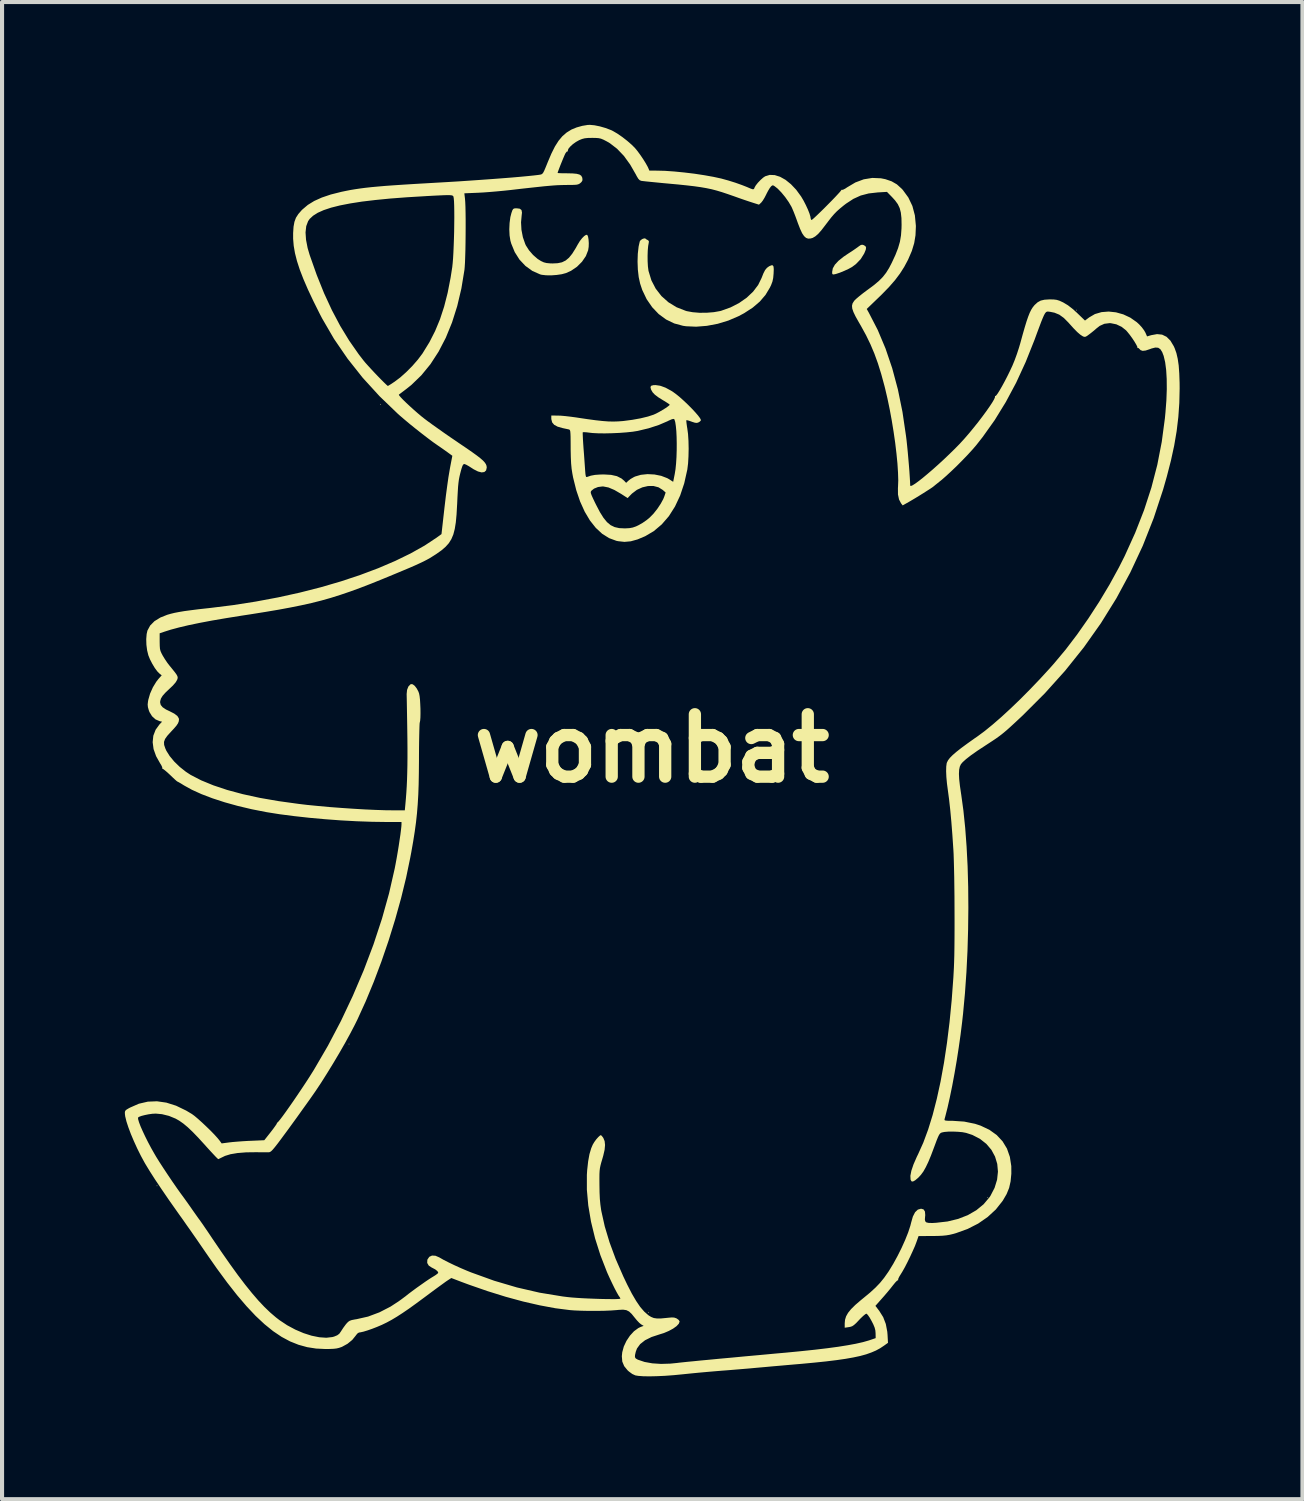
<source format=kicad_pcb>
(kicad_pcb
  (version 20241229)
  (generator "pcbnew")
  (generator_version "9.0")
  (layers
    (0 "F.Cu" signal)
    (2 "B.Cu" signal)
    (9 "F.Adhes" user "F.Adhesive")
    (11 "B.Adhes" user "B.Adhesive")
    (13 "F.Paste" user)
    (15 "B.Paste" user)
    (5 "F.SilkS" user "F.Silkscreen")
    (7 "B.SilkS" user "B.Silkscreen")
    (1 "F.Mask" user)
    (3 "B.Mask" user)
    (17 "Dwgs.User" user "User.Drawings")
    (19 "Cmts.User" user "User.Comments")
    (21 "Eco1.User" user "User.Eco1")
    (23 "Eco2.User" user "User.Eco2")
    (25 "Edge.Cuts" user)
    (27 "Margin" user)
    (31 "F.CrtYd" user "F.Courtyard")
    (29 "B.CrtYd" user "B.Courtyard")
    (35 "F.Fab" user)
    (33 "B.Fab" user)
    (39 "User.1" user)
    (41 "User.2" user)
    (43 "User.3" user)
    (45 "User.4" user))
  (footprint "wombat"
    (layer "F.Cu")
    (at 12.871 15.231)
    (property "Reference" "wombat" (at 0 0 0) (layer "F.SilkS") (effects (font (size 1.524 1.524) (thickness 0.3))))
    (attr board_only exclude_from_pos_files exclude_from_bom)
    (fp_poly (pts (xy -12.075 10.684) (xy -12.086 10.695) (xy -12.097 10.684) (xy -12.086 10.673)) (stroke (width 0) (type solid)) (fill yes) (layer "F.SilkS"))
    (fp_poly (pts (xy -7.386 7.221) (xy -7.396 7.232) (xy -7.407 7.221) (xy -7.396 7.21)) (stroke (width 0) (type solid)) (fill yes) (layer "F.SilkS"))
    (fp_poly (pts (xy -6.618 -8.405) (xy -6.629 -8.394) (xy -6.64 -8.405) (xy -6.629 -8.416)) (stroke (width 0) (type solid)) (fill yes) (layer "F.SilkS"))
    (fp_poly (pts (xy -0.066 13.774) (xy -0.077 13.785) (xy -0.088 13.774) (xy -0.077 13.763)) (stroke (width 0) (type solid)) (fill yes) (layer "F.SilkS"))
    (fp_poly (pts (xy 8.218 10.969) (xy 8.207 10.98) (xy 8.196 10.969) (xy 8.207 10.958)) (stroke (width 0) (type solid)) (fill yes) (layer "F.SilkS"))
    (fp_poly (pts (xy 10.388 -10.706) (xy 10.377 -10.695) (xy 10.366 -10.706) (xy 10.377 -10.717)) (stroke (width 0) (type solid)) (fill yes) (layer "F.SilkS"))
    (fp_poly (pts (xy 5.172 -12.295) (xy 5.181 -12.291) (xy 5.219 -12.267) (xy 5.234 -12.233) (xy 5.226 -12.181) (xy 5.194 -12.103) (xy 5.185 -12.084) (xy 5.101 -11.95) (xy 4.984 -11.829) (xy 4.888 -11.758) (xy 4.806 -11.713) (xy 4.702 -11.665) (xy 4.595 -11.621) (xy 4.501 -11.59) (xy 4.472 -11.583) (xy 4.426 -11.576) (xy 4.408 -11.592) (xy 4.405 -11.636) (xy 4.421 -11.726) (xy 4.472 -11.816) (xy 4.559 -11.91) (xy 4.685 -12.011) (xy 4.799 -12.088) (xy 4.886 -12.144) (xy 4.968 -12.2) (xy 5.033 -12.246) (xy 5.044 -12.255) (xy 5.097 -12.292) (xy 5.135 -12.304)) (stroke (width 0) (type solid)) (fill yes) (layer "F.SilkS"))
    (fp_poly (pts (xy -3.225 -13.183) (xy -3.183 -13.15) (xy -3.171 -13.088) (xy -3.179 -13.016) (xy -3.194 -12.85) (xy -3.184 -12.667) (xy -3.149 -12.486) (xy -3.092 -12.322) (xy -3.076 -12.287) (xy -2.999 -12.167) (xy -2.899 -12.052) (xy -2.788 -11.956) (xy -2.707 -11.905) (xy -2.638 -11.873) (xy -2.57 -11.856) (xy -2.486 -11.848) (xy -2.422 -11.846) (xy -2.298 -11.852) (xy -2.194 -11.874) (xy -2.104 -11.918) (xy -2.023 -11.986) (xy -1.943 -12.085) (xy -1.86 -12.218) (xy -1.809 -12.309) (xy -1.759 -12.391) (xy -1.703 -12.463) (xy -1.65 -12.516) (xy -1.605 -12.545) (xy -1.577 -12.543) (xy -1.557 -12.501) (xy -1.545 -12.43) (xy -1.539 -12.342) (xy -1.542 -12.252) (xy -1.554 -12.173) (xy -1.554 -12.17) (xy -1.611 -12.025) (xy -1.705 -11.888) (xy -1.827 -11.766) (xy -1.972 -11.667) (xy -2.096 -11.611) (xy -2.199 -11.583) (xy -2.324 -11.565) (xy -2.457 -11.555) (xy -2.584 -11.557) (xy -2.689 -11.569) (xy -2.728 -11.579) (xy -2.919 -11.664) (xy -3.087 -11.786) (xy -3.232 -11.94) (xy -3.348 -12.123) (xy -3.433 -12.33) (xy -3.454 -12.403) (xy -3.474 -12.529) (xy -3.481 -12.678) (xy -3.474 -12.833) (xy -3.455 -12.977) (xy -3.429 -13.078) (xy -3.406 -13.144) (xy -3.384 -13.178) (xy -3.353 -13.191) (xy -3.302 -13.193) (xy -3.3 -13.193)) (stroke (width 0) (type solid)) (fill yes) (layer "F.SilkS"))
    (fp_poly (pts (xy -0.156 -12.454) (xy -0.155 -12.453) (xy -0.126 -12.43) (xy -0.102 -12.419) (xy -0.072 -12.394) (xy -0.074 -12.355) (xy -0.089 -12.272) (xy -0.099 -12.16) (xy -0.103 -12.031) (xy -0.102 -11.898) (xy -0.095 -11.774) (xy -0.082 -11.674) (xy -0.079 -11.659) (xy -0.01 -11.433) (xy 0.096 -11.229) (xy 0.236 -11.049) (xy 0.407 -10.897) (xy 0.605 -10.776) (xy 0.828 -10.689) (xy 0.855 -10.681) (xy 0.997 -10.655) (xy 1.164 -10.641) (xy 1.342 -10.642) (xy 1.515 -10.656) (xy 1.667 -10.683) (xy 1.694 -10.69) (xy 1.923 -10.772) (xy 2.133 -10.88) (xy 2.319 -11.01) (xy 2.475 -11.158) (xy 2.598 -11.321) (xy 2.681 -11.49) (xy 2.726 -11.604) (xy 2.767 -11.684) (xy 2.812 -11.738) (xy 2.864 -11.776) (xy 2.872 -11.78) (xy 2.922 -11.801) (xy 2.955 -11.8) (xy 2.973 -11.77) (xy 2.979 -11.706) (xy 2.975 -11.605) (xy 2.975 -11.599) (xy 2.965 -11.491) (xy 2.947 -11.405) (xy 2.915 -11.32) (xy 2.885 -11.257) (xy 2.777 -11.077) (xy 2.638 -10.915) (xy 2.465 -10.767) (xy 2.254 -10.63) (xy 2.115 -10.556) (xy 1.87 -10.451) (xy 1.61 -10.372) (xy 1.345 -10.322) (xy 1.084 -10.301) (xy 0.837 -10.312) (xy 0.762 -10.323) (xy 0.547 -10.381) (xy 0.349 -10.477) (xy 0.168 -10.61) (xy 0.009 -10.777) (xy -0.126 -10.973) (xy -0.233 -11.197) (xy -0.285 -11.353) (xy -0.32 -11.512) (xy -0.341 -11.696) (xy -0.348 -11.891) (xy -0.342 -12.083) (xy -0.322 -12.259) (xy -0.294 -12.384) (xy -0.271 -12.416) (xy -0.229 -12.444) (xy -0.185 -12.459)) (stroke (width 0) (type solid)) (fill yes) (layer "F.SilkS"))
    (fp_poly (pts (xy 0.203 -8.859) (xy 0.332 -8.813) (xy 0.471 -8.738) (xy 0.513 -8.712) (xy 0.595 -8.652) (xy 0.688 -8.576) (xy 0.786 -8.488) (xy 0.885 -8.394) (xy 0.978 -8.3) (xy 1.062 -8.21) (xy 1.13 -8.131) (xy 1.178 -8.067) (xy 1.199 -8.024) (xy 1.199 -8.013) (xy 1.175 -7.985) (xy 1.14 -7.963) (xy 1.102 -7.951) (xy 1.055 -7.955) (xy 0.985 -7.977) (xy 0.972 -7.982) (xy 0.907 -8.005) (xy 0.86 -8.017) (xy 0.844 -8.017) (xy 0.843 -7.993) (xy 0.849 -7.935) (xy 0.86 -7.856) (xy 0.866 -7.822) (xy 0.885 -7.68) (xy 0.896 -7.509) (xy 0.9 -7.323) (xy 0.896 -7.136) (xy 0.886 -6.962) (xy 0.868 -6.816) (xy 0.866 -6.805) (xy 0.792 -6.475) (xy 0.692 -6.176) (xy 0.566 -5.908) (xy 0.417 -5.673) (xy 0.243 -5.472) (xy 0.048 -5.307) (xy -0.163 -5.183) (xy -0.348 -5.105) (xy -0.514 -5.059) (xy -0.669 -5.045) (xy -0.823 -5.062) (xy -0.866 -5.071) (xy -1.044 -5.137) (xy -1.213 -5.243) (xy -1.369 -5.388) (xy -1.512 -5.569) (xy -1.64 -5.785) (xy -1.752 -6.033) (xy -1.829 -6.259) (xy -1.492 -6.259) (xy -1.487 -6.228) (xy -1.47 -6.181) (xy -1.439 -6.112) (xy -1.392 -6.013) (xy -1.36 -5.949) (xy -1.267 -5.771) (xy -1.18 -5.632) (xy -1.094 -5.527) (xy -1.005 -5.453) (xy -0.907 -5.406) (xy -0.795 -5.381) (xy -0.665 -5.375) (xy -0.646 -5.375) (xy -0.543 -5.381) (xy -0.464 -5.396) (xy -0.386 -5.423) (xy -0.323 -5.453) (xy -0.228 -5.507) (xy -0.127 -5.577) (xy -0.052 -5.639) (xy 0.042 -5.735) (xy 0.134 -5.851) (xy 0.216 -5.974) (xy 0.279 -6.089) (xy 0.306 -6.156) (xy 0.338 -6.251) (xy 0.268 -6.313) (xy 0.164 -6.378) (xy 0.041 -6.41) (xy -0.093 -6.409) (xy -0.231 -6.377) (xy -0.364 -6.316) (xy -0.484 -6.225) (xy -0.509 -6.2) (xy -0.591 -6.115) (xy -0.749 -6.217) (xy -0.914 -6.313) (xy -1.058 -6.374) (xy -1.182 -6.398) (xy -1.206 -6.399) (xy -1.314 -6.385) (xy -1.411 -6.346) (xy -1.473 -6.297) (xy -1.486 -6.279) (xy -1.492 -6.259) (xy -1.829 -6.259) (xy -1.846 -6.311) (xy -1.922 -6.616) (xy -1.941 -6.717) (xy -1.959 -6.833) (xy -1.971 -6.962) (xy -1.978 -7.114) (xy -1.982 -7.298) (xy -1.982 -7.359) (xy -1.983 -7.505) (xy -1.984 -7.613) (xy -1.987 -7.689) (xy -1.988 -7.699) (xy -1.688 -7.699) (xy -1.686 -7.639) (xy -1.682 -7.549) (xy -1.675 -7.437) (xy -1.668 -7.335) (xy -1.657 -7.196) (xy -1.647 -7.057) (xy -1.638 -6.931) (xy -1.631 -6.83) (xy -1.628 -6.787) (xy -1.621 -6.701) (xy -1.612 -6.651) (xy -1.601 -6.63) (xy -1.583 -6.63) (xy -1.581 -6.631) (xy -1.489 -6.662) (xy -1.389 -6.681) (xy -1.267 -6.69) (xy -1.172 -6.692) (xy -0.995 -6.682) (xy -0.852 -6.65) (xy -0.74 -6.593) (xy -0.677 -6.54) (xy -0.627 -6.487) (xy -0.571 -6.54) (xy -0.517 -6.582) (xy -0.444 -6.624) (xy -0.41 -6.641) (xy -0.268 -6.683) (xy -0.105 -6.7) (xy 0.066 -6.691) (xy 0.23 -6.658) (xy 0.376 -6.602) (xy 0.422 -6.576) (xy 0.522 -6.512) (xy 0.56 -6.702) (xy 0.579 -6.82) (xy 0.593 -6.96) (xy 0.603 -7.117) (xy 0.608 -7.281) (xy 0.609 -7.446) (xy 0.606 -7.606) (xy 0.599 -7.751) (xy 0.587 -7.876) (xy 0.572 -7.973) (xy 0.553 -8.035) (xy 0.55 -8.04) (xy 0.529 -8.049) (xy 0.486 -8.039) (xy 0.415 -8.008) (xy 0.382 -7.991) (xy 0.17 -7.9) (xy -0.076 -7.82) (xy -0.342 -7.756) (xy -0.466 -7.736) (xy -0.619 -7.72) (xy -0.792 -7.707) (xy -0.973 -7.699) (xy -1.15 -7.695) (xy -1.312 -7.697) (xy -1.449 -7.704) (xy -1.511 -7.711) (xy -1.591 -7.721) (xy -1.653 -7.725) (xy -1.684 -7.724) (xy -1.686 -7.723) (xy -1.688 -7.699) (xy -1.988 -7.699) (xy -1.991 -7.739) (xy -1.998 -7.769) (xy -2.009 -7.784) (xy -2.023 -7.791) (xy -2.027 -7.792) (xy -2.074 -7.802) (xy -2.144 -7.817) (xy -2.177 -7.824) (xy -2.3 -7.859) (xy -2.384 -7.904) (xy -2.434 -7.963) (xy -2.454 -8.041) (xy -2.455 -8.063) (xy -2.455 -8.131) (xy -2.296 -8.13) (xy -2.216 -8.127) (xy -2.106 -8.117) (xy -1.978 -8.102) (xy -1.844 -8.084) (xy -1.794 -8.076) (xy -1.565 -8.042) (xy -1.372 -8.016) (xy -1.208 -7.998) (xy -1.066 -7.987) (xy -0.938 -7.984) (xy -0.819 -7.988) (xy -0.701 -7.997) (xy -0.699 -7.997) (xy -0.479 -8.026) (xy -0.274 -8.063) (xy -0.093 -8.107) (xy 0.044 -8.152) (xy 0.106 -8.18) (xy 0.182 -8.22) (xy 0.262 -8.267) (xy 0.337 -8.313) (xy 0.396 -8.355) (xy 0.432 -8.385) (xy 0.438 -8.395) (xy 0.421 -8.411) (xy 0.374 -8.443) (xy 0.306 -8.486) (xy 0.268 -8.508) (xy 0.155 -8.579) (xy 0.075 -8.64) (xy 0.021 -8.697) (xy -0.014 -8.757) (xy -0.021 -8.775) (xy -0.033 -8.828) (xy -0.014 -8.859) (xy 0.039 -8.873) (xy 0.093 -8.875)) (stroke (width 0) (type solid)) (fill yes) (layer "F.SilkS"))
    (fp_poly (pts (xy -1.401 -15.221) (xy -1.268 -15.194) (xy -1.129 -15.154) (xy -1 -15.105) (xy -0.948 -15.08) (xy -0.842 -15.018) (xy -0.72 -14.934) (xy -0.597 -14.838) (xy -0.485 -14.74) (xy -0.409 -14.663) (xy -0.349 -14.59) (xy -0.28 -14.496) (xy -0.211 -14.394) (xy -0.15 -14.296) (xy -0.104 -14.214) (xy -0.089 -14.183) (xy -0.06 -14.114) (xy 0.129 -14.113) (xy 0.324 -14.108) (xy 0.55 -14.092) (xy 0.793 -14.068) (xy 1.042 -14.038) (xy 1.284 -14.001) (xy 1.507 -13.961) (xy 1.7 -13.919) (xy 1.71 -13.916) (xy 1.873 -13.871) (xy 2.042 -13.818) (xy 2.202 -13.761) (xy 2.337 -13.708) (xy 2.342 -13.705) (xy 2.418 -13.673) (xy 2.464 -13.658) (xy 2.49 -13.661) (xy 2.504 -13.681) (xy 2.51 -13.7) (xy 2.539 -13.751) (xy 2.591 -13.817) (xy 2.655 -13.884) (xy 2.72 -13.942) (xy 2.769 -13.975) (xy 2.88 -14.009) (xy 3.003 -14.004) (xy 3.133 -13.963) (xy 3.267 -13.888) (xy 3.399 -13.781) (xy 3.527 -13.646) (xy 3.646 -13.483) (xy 3.648 -13.48) (xy 3.706 -13.382) (xy 3.762 -13.273) (xy 3.812 -13.165) (xy 3.851 -13.067) (xy 3.874 -12.989) (xy 3.879 -12.954) (xy 3.889 -12.917) (xy 3.903 -12.908) (xy 3.926 -12.923) (xy 3.972 -12.964) (xy 4.038 -13.026) (xy 4.118 -13.103) (xy 4.207 -13.19) (xy 4.299 -13.283) (xy 4.389 -13.374) (xy 4.472 -13.46) (xy 4.542 -13.535) (xy 4.595 -13.593) (xy 4.624 -13.629) (xy 4.629 -13.639) (xy 4.637 -13.647) (xy 4.645 -13.643) (xy 4.673 -13.648) (xy 4.723 -13.673) (xy 4.771 -13.705) (xy 4.972 -13.824) (xy 5.177 -13.901) (xy 5.386 -13.935) (xy 5.596 -13.926) (xy 5.706 -13.904) (xy 5.858 -13.852) (xy 5.986 -13.778) (xy 6.104 -13.671) (xy 6.131 -13.642) (xy 6.266 -13.457) (xy 6.365 -13.25) (xy 6.426 -13.02) (xy 6.45 -12.768) (xy 6.45 -12.744) (xy 6.441 -12.534) (xy 6.409 -12.341) (xy 6.351 -12.15) (xy 6.263 -11.946) (xy 6.257 -11.933) (xy 6.165 -11.761) (xy 6.061 -11.598) (xy 5.94 -11.437) (xy 5.795 -11.271) (xy 5.62 -11.091) (xy 5.551 -11.024) (xy 5.25 -10.734) (xy 5.301 -10.643) (xy 5.519 -10.22) (xy 5.709 -9.768) (xy 5.873 -9.284) (xy 6.011 -8.768) (xy 6.123 -8.218) (xy 6.209 -7.634) (xy 6.223 -7.523) (xy 6.237 -7.39) (xy 6.252 -7.24) (xy 6.266 -7.08) (xy 6.28 -6.919) (xy 6.292 -6.766) (xy 6.301 -6.628) (xy 6.308 -6.515) (xy 6.311 -6.435) (xy 6.312 -6.42) (xy 6.327 -6.409) (xy 6.369 -6.427) (xy 6.436 -6.469) (xy 6.522 -6.532) (xy 6.626 -6.614) (xy 6.742 -6.711) (xy 6.868 -6.819) (xy 7 -6.937) (xy 7.134 -7.06) (xy 7.266 -7.186) (xy 7.394 -7.311) (xy 7.513 -7.432) (xy 7.619 -7.547) (xy 7.648 -7.58) (xy 7.757 -7.706) (xy 7.866 -7.839) (xy 7.974 -7.974) (xy 8.075 -8.107) (xy 8.168 -8.233) (xy 8.248 -8.347) (xy 8.313 -8.445) (xy 8.358 -8.522) (xy 8.381 -8.573) (xy 8.382 -8.591) (xy 8.384 -8.608) (xy 8.394 -8.608) (xy 8.415 -8.624) (xy 8.451 -8.673) (xy 8.499 -8.75) (xy 8.556 -8.849) (xy 8.618 -8.963) (xy 8.682 -9.086) (xy 8.744 -9.212) (xy 8.802 -9.336) (xy 8.81 -9.354) (xy 8.863 -9.483) (xy 8.918 -9.634) (xy 8.968 -9.787) (xy 9 -9.895) (xy 9.059 -10.11) (xy 9.11 -10.288) (xy 9.154 -10.432) (xy 9.194 -10.548) (xy 9.231 -10.641) (xy 9.267 -10.714) (xy 9.304 -10.773) (xy 9.343 -10.822) (xy 9.354 -10.834) (xy 9.425 -10.898) (xy 9.5 -10.939) (xy 9.591 -10.96) (xy 9.712 -10.968) (xy 9.72 -10.968) (xy 9.816 -10.966) (xy 9.889 -10.957) (xy 9.957 -10.936) (xy 10.039 -10.898) (xy 10.048 -10.894) (xy 10.165 -10.824) (xy 10.291 -10.726) (xy 10.39 -10.635) (xy 10.581 -10.451) (xy 10.683 -10.528) (xy 10.824 -10.61) (xy 10.985 -10.657) (xy 11.159 -10.671) (xy 11.338 -10.652) (xy 11.517 -10.602) (xy 11.688 -10.522) (xy 11.845 -10.412) (xy 11.903 -10.359) (xy 11.968 -10.288) (xy 12.024 -10.213) (xy 12.057 -10.156) (xy 12.097 -10.064) (xy 12.199 -10.094) (xy 12.341 -10.12) (xy 12.465 -10.107) (xy 12.574 -10.054) (xy 12.668 -9.96) (xy 12.749 -9.825) (xy 12.772 -9.774) (xy 12.814 -9.656) (xy 12.846 -9.517) (xy 12.87 -9.353) (xy 12.884 -9.158) (xy 12.892 -8.928) (xy 12.893 -8.788) (xy 12.885 -8.438) (xy 12.861 -8.095) (xy 12.82 -7.751) (xy 12.76 -7.398) (xy 12.68 -7.03) (xy 12.579 -6.638) (xy 12.489 -6.323) (xy 12.259 -5.625) (xy 11.993 -4.951) (xy 11.689 -4.3) (xy 11.349 -3.669) (xy 10.97 -3.059) (xy 10.553 -2.469) (xy 10.096 -1.898) (xy 9.6 -1.346) (xy 9.064 -0.81) (xy 8.996 -0.746) (xy 8.862 -0.621) (xy 8.752 -0.52) (xy 8.66 -0.438) (xy 8.577 -0.369) (xy 8.498 -0.307) (xy 8.415 -0.247) (xy 8.321 -0.184) (xy 8.208 -0.11) (xy 8.142 -0.067) (xy 7.953 0.057) (xy 7.798 0.166) (xy 7.677 0.26) (xy 7.592 0.337) (xy 7.55 0.387) (xy 7.523 0.445) (xy 7.507 0.521) (xy 7.502 0.622) (xy 7.508 0.75) (xy 7.526 0.912) (xy 7.555 1.111) (xy 7.558 1.129) (xy 7.611 1.517) (xy 7.655 1.942) (xy 7.689 2.399) (xy 7.714 2.88) (xy 7.728 3.382) (xy 7.732 3.897) (xy 7.726 4.42) (xy 7.711 4.945) (xy 7.685 5.467) (xy 7.649 5.98) (xy 7.603 6.477) (xy 7.58 6.684) (xy 7.542 6.991) (xy 7.497 7.307) (xy 7.448 7.625) (xy 7.394 7.939) (xy 7.338 8.24) (xy 7.28 8.522) (xy 7.223 8.776) (xy 7.167 8.996) (xy 7.153 9.046) (xy 7.149 9.069) (xy 7.155 9.083) (xy 7.181 9.091) (xy 7.233 9.095) (xy 7.32 9.096) (xy 7.345 9.096) (xy 7.63 9.115) (xy 7.895 9.169) (xy 8.031 9.214) (xy 8.245 9.315) (xy 8.424 9.443) (xy 8.567 9.596) (xy 8.675 9.774) (xy 8.746 9.977) (xy 8.781 10.202) (xy 8.782 10.388) (xy 8.764 10.575) (xy 8.728 10.735) (xy 8.667 10.885) (xy 8.578 11.038) (xy 8.566 11.056) (xy 8.403 11.262) (xy 8.203 11.446) (xy 7.972 11.606) (xy 7.713 11.738) (xy 7.43 11.84) (xy 7.364 11.859) (xy 7.276 11.88) (xy 7.192 11.894) (xy 7.099 11.903) (xy 6.985 11.908) (xy 6.846 11.91) (xy 6.516 11.911) (xy 6.466 12.053) (xy 6.427 12.156) (xy 6.372 12.28) (xy 6.309 12.417) (xy 6.242 12.554) (xy 6.177 12.68) (xy 6.118 12.784) (xy 6.084 12.839) (xy 6.045 12.902) (xy 6.021 12.952) (xy 6.017 12.977) (xy 6.016 12.992) (xy 6.009 12.991) (xy 5.987 13.004) (xy 5.947 13.045) (xy 5.898 13.105) (xy 5.889 13.116) (xy 5.83 13.191) (xy 5.754 13.283) (xy 5.672 13.379) (xy 5.625 13.432) (xy 5.462 13.616) (xy 5.556 13.739) (xy 5.652 13.892) (xy 5.716 14.059) (xy 5.752 14.249) (xy 5.758 14.322) (xy 5.769 14.519) (xy 5.668 14.591) (xy 5.576 14.652) (xy 5.475 14.707) (xy 5.363 14.755) (xy 5.236 14.8) (xy 5.091 14.84) (xy 4.923 14.876) (xy 4.731 14.91) (xy 4.509 14.942) (xy 4.255 14.973) (xy 3.966 15.003) (xy 3.637 15.034) (xy 3.517 15.044) (xy 3.332 15.06) (xy 3.141 15.077) (xy 2.954 15.093) (xy 2.781 15.109) (xy 2.633 15.122) (xy 2.531 15.131) (xy 2.393 15.144) (xy 2.225 15.158) (xy 2.044 15.173) (xy 1.864 15.188) (xy 1.72 15.199) (xy 1.548 15.213) (xy 1.349 15.23) (xy 1.14 15.249) (xy 0.936 15.269) (xy 0.761 15.287) (xy 0.535 15.309) (xy 0.319 15.325) (xy 0.118 15.334) (xy -0.061 15.338) (xy -0.214 15.335) (xy -0.333 15.326) (xy -0.403 15.314) (xy -0.477 15.28) (xy -0.56 15.219) (xy -0.592 15.19) (xy -0.675 15.088) (xy -0.721 14.977) (xy -0.732 14.847) (xy -0.722 14.749) (xy -0.684 14.609) (xy -0.619 14.471) (xy -0.534 14.344) (xy -0.435 14.236) (xy -0.33 14.159) (xy -0.274 14.132) (xy -0.199 14.105) (xy -0.261 14.068) (xy -0.305 14.032) (xy -0.362 13.972) (xy -0.419 13.903) (xy -0.492 13.813) (xy -0.555 13.754) (xy -0.621 13.721) (xy -0.701 13.709) (xy -0.807 13.714) (xy -0.857 13.719) (xy -0.992 13.729) (xy -1.158 13.736) (xy -1.343 13.739) (xy -1.534 13.739) (xy -1.72 13.735) (xy -1.888 13.728) (xy -2.005 13.719) (xy -2.356 13.674) (xy -2.737 13.603) (xy -3.143 13.51) (xy -3.569 13.394) (xy -4.01 13.257) (xy -4.462 13.1) (xy -4.646 13.032) (xy -4.897 12.936) (xy -4.985 12.993) (xy -5.027 13.021) (xy -5.097 13.072) (xy -5.191 13.14) (xy -5.303 13.222) (xy -5.427 13.314) (xy -5.545 13.402) (xy -5.752 13.555) (xy -5.931 13.684) (xy -6.088 13.791) (xy -6.227 13.881) (xy -6.354 13.957) (xy -6.474 14.022) (xy -6.594 14.08) (xy -6.608 14.086) (xy -6.716 14.132) (xy -6.832 14.177) (xy -6.944 14.216) (xy -7.043 14.246) (xy -7.119 14.263) (xy -7.15 14.267) (xy -7.183 14.284) (xy -7.221 14.327) (xy -7.232 14.343) (xy -7.317 14.448) (xy -7.432 14.542) (xy -7.562 14.614) (xy -7.581 14.622) (xy -7.642 14.643) (xy -7.703 14.657) (xy -7.776 14.665) (xy -7.873 14.669) (xy -7.977 14.67) (xy -8.2 14.659) (xy -8.417 14.625) (xy -8.628 14.567) (xy -8.836 14.484) (xy -9.043 14.373) (xy -9.251 14.233) (xy -9.461 14.063) (xy -9.676 13.862) (xy -9.898 13.626) (xy -10.129 13.356) (xy -10.37 13.049) (xy -10.624 12.704) (xy -10.826 12.415) (xy -10.909 12.295) (xy -10.992 12.174) (xy -11.069 12.062) (xy -11.133 11.969) (xy -11.166 11.922) (xy -11.212 11.856) (xy -11.278 11.761) (xy -11.359 11.647) (xy -11.448 11.519) (xy -11.542 11.388) (xy -11.583 11.33) (xy -11.793 11.032) (xy -11.977 10.763) (xy -12.136 10.526) (xy -12.268 10.319) (xy -12.373 10.146) (xy -12.388 10.12) (xy -12.48 9.951) (xy -12.569 9.772) (xy -12.651 9.592) (xy -12.725 9.417) (xy -12.786 9.254) (xy -12.833 9.11) (xy -12.855 9.018) (xy -12.55 9.018) (xy -12.547 9.058) (xy -12.526 9.13) (xy -12.489 9.228) (xy -12.437 9.346) (xy -12.375 9.478) (xy -12.305 9.618) (xy -12.229 9.761) (xy -12.15 9.9) (xy -12.107 9.974) (xy -12.026 10.104) (xy -11.926 10.258) (xy -11.816 10.424) (xy -11.704 10.59) (xy -11.596 10.746) (xy -11.501 10.879) (xy -11.48 10.907) (xy -11.413 10.999) (xy -11.335 11.108) (xy -11.258 11.217) (xy -11.232 11.255) (xy -11.17 11.343) (xy -11.112 11.425) (xy -11.065 11.491) (xy -11.045 11.517) (xy -11.017 11.557) (xy -10.968 11.626) (xy -10.905 11.719) (xy -10.831 11.827) (xy -10.752 11.945) (xy -10.739 11.965) (xy -10.511 12.3) (xy -10.302 12.599) (xy -10.11 12.865) (xy -9.932 13.099) (xy -9.766 13.305) (xy -9.61 13.486) (xy -9.462 13.643) (xy -9.319 13.78) (xy -9.181 13.898) (xy -9.094 13.965) (xy -8.906 14.09) (xy -8.708 14.196) (xy -8.507 14.282) (xy -8.31 14.345) (xy -8.122 14.383) (xy -7.951 14.395) (xy -7.802 14.378) (xy -7.759 14.366) (xy -7.684 14.335) (xy -7.633 14.297) (xy -7.59 14.236) (xy -7.586 14.229) (xy -7.535 14.151) (xy -7.477 14.072) (xy -7.458 14.049) (xy -7.419 14.008) (xy -7.38 13.981) (xy -7.33 13.963) (xy -7.254 13.948) (xy -7.21 13.941) (xy -6.931 13.878) (xy -6.653 13.774) (xy -6.381 13.634) (xy -6.188 13.508) (xy -6.113 13.454) (xy -6.05 13.407) (xy -6.008 13.376) (xy -6 13.369) (xy -5.937 13.319) (xy -5.849 13.253) (xy -5.746 13.177) (xy -5.637 13.1) (xy -5.532 13.026) (xy -5.439 12.963) (xy -5.368 12.918) (xy -5.351 12.908) (xy -5.285 12.867) (xy -5.236 12.831) (xy -5.216 12.808) (xy -5.216 12.807) (xy -5.236 12.768) (xy -5.29 12.725) (xy -5.37 12.683) (xy -5.375 12.681) (xy -5.448 12.633) (xy -5.486 12.568) (xy -5.483 12.493) (xy -5.479 12.482) (xy -5.435 12.418) (xy -5.368 12.387) (xy -5.284 12.392) (xy -5.189 12.433) (xy -5.183 12.437) (xy -5.09 12.49) (xy -4.967 12.553) (xy -4.824 12.622) (xy -4.672 12.691) (xy -4.52 12.756) (xy -4.416 12.798) (xy -3.851 13.002) (xy -3.295 13.166) (xy -2.741 13.294) (xy -2.18 13.386) (xy -2.06 13.401) (xy -1.962 13.411) (xy -1.841 13.42) (xy -1.704 13.429) (xy -1.557 13.436) (xy -1.406 13.442) (xy -1.257 13.447) (xy -1.117 13.45) (xy -0.993 13.451) (xy -0.89 13.451) (xy -0.814 13.448) (xy -0.773 13.443) (xy -0.767 13.439) (xy -0.78 13.408) (xy -0.787 13.4) (xy -0.814 13.361) (xy -0.855 13.289) (xy -0.906 13.193) (xy -0.962 13.079) (xy -1.02 12.957) (xy -1.076 12.834) (xy -1.096 12.788) (xy -1.256 12.377) (xy -1.386 11.966) (xy -1.485 11.559) (xy -1.552 11.162) (xy -1.586 10.779) (xy -1.586 10.416) (xy -1.579 10.304) (xy -1.555 10.088) (xy -1.523 9.911) (xy -1.48 9.766) (xy -1.442 9.677) (xy -1.405 9.615) (xy -1.358 9.55) (xy -1.308 9.494) (xy -1.266 9.456) (xy -1.245 9.446) (xy -1.223 9.463) (xy -1.191 9.504) (xy -1.183 9.517) (xy -1.152 9.593) (xy -1.142 9.687) (xy -1.153 9.805) (xy -1.187 9.952) (xy -1.211 10.035) (xy -1.236 10.119) (xy -1.254 10.189) (xy -1.267 10.252) (xy -1.275 10.319) (xy -1.279 10.4) (xy -1.28 10.504) (xy -1.279 10.641) (xy -1.279 10.662) (xy -1.276 10.849) (xy -1.269 11.005) (xy -1.256 11.141) (xy -1.238 11.271) (xy -1.231 11.308) (xy -1.149 11.676) (xy -1.033 12.062) (xy -0.883 12.469) (xy -0.696 12.897) (xy -0.602 13.094) (xy -0.488 13.316) (xy -0.382 13.497) (xy -0.282 13.644) (xy -0.184 13.757) (xy -0.087 13.842) (xy -0.08 13.848) (xy -0.016 13.887) (xy 0.049 13.913) (xy 0.125 13.924) (xy 0.221 13.924) (xy 0.347 13.912) (xy 0.396 13.907) (xy 0.484 13.899) (xy 0.546 13.902) (xy 0.597 13.919) (xy 0.609 13.925) (xy 0.657 13.96) (xy 0.679 13.996) (xy 0.679 14) (xy 0.659 14.053) (xy 0.604 14.112) (xy 0.52 14.172) (xy 0.415 14.229) (xy 0.295 14.28) (xy 0.195 14.311) (xy -0.006 14.377) (xy -0.165 14.456) (xy -0.284 14.55) (xy -0.362 14.657) (xy -0.392 14.738) (xy -0.41 14.818) (xy -0.412 14.868) (xy -0.393 14.9) (xy -0.352 14.925) (xy -0.334 14.933) (xy -0.177 14.986) (xy 0.012 15.02) (xy 0.225 15.034) (xy 0.454 15.027) (xy 0.614 15.011) (xy 0.669 15.004) (xy 0.754 14.995) (xy 0.868 14.983) (xy 1.015 14.969) (xy 1.194 14.951) (xy 1.408 14.931) (xy 1.658 14.907) (xy 1.945 14.881) (xy 2.271 14.85) (xy 2.637 14.817) (xy 3.044 14.779) (xy 3.261 14.76) (xy 3.643 14.723) (xy 3.984 14.687) (xy 4.287 14.651) (xy 4.553 14.615) (xy 4.785 14.578) (xy 4.985 14.541) (xy 5.157 14.502) (xy 5.301 14.461) (xy 5.349 14.445) (xy 5.468 14.404) (xy 5.466 14.284) (xy 5.46 14.213) (xy 5.442 14.144) (xy 5.409 14.065) (xy 5.368 13.985) (xy 5.321 13.902) (xy 5.279 13.841) (xy 5.248 13.809) (xy 5.24 13.807) (xy 5.212 13.822) (xy 5.162 13.863) (xy 5.1 13.922) (xy 5.061 13.963) (xy 4.99 14.038) (xy 4.937 14.085) (xy 4.893 14.114) (xy 4.847 14.129) (xy 4.814 14.135) (xy 4.712 14.15) (xy 4.712 14.043) (xy 4.72 13.955) (xy 4.746 13.871) (xy 4.794 13.786) (xy 4.867 13.696) (xy 4.97 13.594) (xy 5.105 13.478) (xy 5.171 13.424) (xy 5.332 13.291) (xy 5.464 13.17) (xy 5.575 13.054) (xy 5.674 12.932) (xy 5.769 12.797) (xy 5.79 12.766) (xy 5.898 12.589) (xy 6.003 12.397) (xy 6.102 12.199) (xy 6.189 12.005) (xy 6.262 11.822) (xy 6.315 11.66) (xy 6.335 11.581) (xy 6.377 11.434) (xy 6.431 11.329) (xy 6.498 11.265) (xy 6.576 11.243) (xy 6.578 11.243) (xy 6.638 11.26) (xy 6.672 11.312) (xy 6.679 11.399) (xy 6.675 11.44) (xy 6.67 11.506) (xy 6.679 11.551) (xy 6.708 11.578) (xy 6.764 11.59) (xy 6.852 11.592) (xy 6.942 11.587) (xy 7.223 11.555) (xy 7.483 11.492) (xy 7.719 11.4) (xy 7.927 11.28) (xy 8.104 11.135) (xy 8.247 10.965) (xy 8.271 10.93) (xy 8.373 10.733) (xy 8.434 10.534) (xy 8.455 10.338) (xy 8.438 10.149) (xy 8.384 9.97) (xy 8.295 9.805) (xy 8.172 9.66) (xy 8.016 9.537) (xy 7.83 9.441) (xy 7.677 9.391) (xy 7.588 9.374) (xy 7.478 9.364) (xy 7.359 9.359) (xy 7.244 9.36) (xy 7.147 9.368) (xy 7.085 9.381) (xy 7.059 9.392) (xy 7.037 9.411) (xy 7.015 9.443) (xy 6.99 9.495) (xy 6.958 9.573) (xy 6.917 9.684) (xy 6.893 9.748) (xy 6.819 9.944) (xy 6.753 10.103) (xy 6.692 10.23) (xy 6.634 10.333) (xy 6.574 10.415) (xy 6.511 10.483) (xy 6.508 10.486) (xy 6.432 10.55) (xy 6.379 10.579) (xy 6.344 10.575) (xy 6.323 10.538) (xy 6.321 10.534) (xy 6.316 10.44) (xy 6.34 10.315) (xy 6.392 10.161) (xy 6.471 9.98) (xy 6.507 9.906) (xy 6.632 9.628) (xy 6.75 9.309) (xy 6.86 8.953) (xy 6.961 8.56) (xy 7.054 8.134) (xy 7.137 7.678) (xy 7.21 7.193) (xy 7.273 6.683) (xy 7.325 6.15) (xy 7.366 5.596) (xy 7.379 5.358) (xy 7.384 5.227) (xy 7.389 5.059) (xy 7.392 4.86) (xy 7.394 4.637) (xy 7.395 4.396) (xy 7.395 4.144) (xy 7.394 3.885) (xy 7.393 3.628) (xy 7.39 3.379) (xy 7.387 3.143) (xy 7.382 2.927) (xy 7.377 2.737) (xy 7.372 2.58) (xy 7.367 2.487) (xy 7.342 2.115) (xy 7.316 1.784) (xy 7.289 1.494) (xy 7.261 1.243) (xy 7.233 1.033) (xy 7.21 0.86) (xy 7.195 0.699) (xy 7.189 0.557) (xy 7.192 0.442) (xy 7.203 0.361) (xy 7.209 0.344) (xy 7.236 0.29) (xy 7.281 0.231) (xy 7.348 0.163) (xy 7.438 0.085) (xy 7.556 -0.008) (xy 7.704 -0.117) (xy 7.885 -0.246) (xy 7.958 -0.296) (xy 8.131 -0.424) (xy 8.326 -0.583) (xy 8.539 -0.768) (xy 8.766 -0.977) (xy 9.001 -1.203) (xy 9.241 -1.445) (xy 9.481 -1.696) (xy 9.718 -1.954) (xy 9.831 -2.082) (xy 10.11 -2.416) (xy 10.39 -2.784) (xy 10.666 -3.178) (xy 10.932 -3.588) (xy 11.182 -4.005) (xy 11.41 -4.421) (xy 11.551 -4.701) (xy 11.807 -5.266) (xy 12.024 -5.821) (xy 12.203 -6.372) (xy 12.347 -6.926) (xy 12.456 -7.488) (xy 12.533 -8.065) (xy 12.546 -8.201) (xy 12.569 -8.497) (xy 12.579 -8.772) (xy 12.577 -9.023) (xy 12.564 -9.244) (xy 12.539 -9.434) (xy 12.503 -9.587) (xy 12.466 -9.683) (xy 12.422 -9.751) (xy 12.369 -9.787) (xy 12.299 -9.792) (xy 12.205 -9.768) (xy 12.166 -9.753) (xy 12.063 -9.719) (xy 11.989 -9.711) (xy 11.938 -9.729) (xy 11.916 -9.752) (xy 11.886 -9.78) (xy 11.867 -9.78) (xy 11.859 -9.778) (xy 11.863 -9.788) (xy 11.857 -9.816) (xy 11.83 -9.869) (xy 11.787 -9.941) (xy 11.734 -10.021) (xy 11.676 -10.101) (xy 11.618 -10.173) (xy 11.586 -10.21) (xy 11.477 -10.297) (xy 11.347 -10.359) (xy 11.21 -10.387) (xy 11.181 -10.388) (xy 11.054 -10.372) (xy 10.941 -10.321) (xy 10.859 -10.257) (xy 10.803 -10.208) (xy 10.732 -10.151) (xy 10.688 -10.117) (xy 10.628 -10.073) (xy 10.589 -10.054) (xy 10.558 -10.054) (xy 10.523 -10.069) (xy 10.464 -10.108) (xy 10.391 -10.171) (xy 10.301 -10.263) (xy 10.19 -10.386) (xy 10.178 -10.4) (xy 10.064 -10.515) (xy 9.953 -10.595) (xy 9.836 -10.643) (xy 9.738 -10.663) (xy 9.703 -10.668) (xy 9.675 -10.671) (xy 9.65 -10.668) (xy 9.628 -10.655) (xy 9.605 -10.627) (xy 9.58 -10.582) (xy 9.55 -10.514) (xy 9.512 -10.421) (xy 9.466 -10.298) (xy 9.407 -10.141) (xy 9.349 -9.982) (xy 9.132 -9.438) (xy 8.899 -8.932) (xy 8.647 -8.461) (xy 8.376 -8.02) (xy 8.082 -7.607) (xy 7.925 -7.407) (xy 7.831 -7.298) (xy 7.714 -7.17) (xy 7.583 -7.034) (xy 7.446 -6.896) (xy 7.31 -6.766) (xy 7.185 -6.651) (xy 7.079 -6.558) (xy 7.057 -6.541) (xy 6.985 -6.483) (xy 6.926 -6.436) (xy 6.89 -6.406) (xy 6.881 -6.399) (xy 6.855 -6.379) (xy 6.8 -6.342) (xy 6.722 -6.292) (xy 6.631 -6.234) (xy 6.533 -6.173) (xy 6.438 -6.115) (xy 6.352 -6.064) (xy 6.291 -6.028) (xy 6.128 -5.936) (xy 6.088 -5.987) (xy 6.039 -6.08) (xy 6.013 -6.202) (xy 6.012 -6.357) (xy 6.014 -6.39) (xy 6.02 -6.545) (xy 6.014 -6.737) (xy 6 -6.959) (xy 5.976 -7.203) (xy 5.945 -7.464) (xy 5.906 -7.735) (xy 5.861 -8.011) (xy 5.811 -8.283) (xy 5.756 -8.547) (xy 5.698 -8.795) (xy 5.683 -8.854) (xy 5.603 -9.148) (xy 5.522 -9.408) (xy 5.436 -9.645) (xy 5.341 -9.87) (xy 5.233 -10.093) (xy 5.107 -10.323) (xy 5.054 -10.414) (xy 4.977 -10.551) (xy 4.925 -10.659) (xy 4.896 -10.744) (xy 4.89 -10.812) (xy 4.904 -10.871) (xy 4.939 -10.926) (xy 4.953 -10.944) (xy 4.998 -10.987) (xy 5.069 -11.047) (xy 5.158 -11.118) (xy 5.257 -11.192) (xy 5.282 -11.21) (xy 5.431 -11.321) (xy 5.548 -11.42) (xy 5.643 -11.516) (xy 5.722 -11.617) (xy 5.795 -11.734) (xy 5.863 -11.865) (xy 5.951 -12.055) (xy 6.016 -12.222) (xy 6.061 -12.378) (xy 6.087 -12.533) (xy 6.099 -12.7) (xy 6.101 -12.788) (xy 6.098 -12.954) (xy 6.083 -13.088) (xy 6.055 -13.197) (xy 6.009 -13.294) (xy 5.942 -13.386) (xy 5.872 -13.463) (xy 5.744 -13.594) (xy 5.518 -13.581) (xy 5.298 -13.556) (xy 5.103 -13.505) (xy 4.923 -13.423) (xy 4.744 -13.306) (xy 4.683 -13.259) (xy 4.593 -13.185) (xy 4.519 -13.119) (xy 4.452 -13.05) (xy 4.384 -12.971) (xy 4.307 -12.872) (xy 4.235 -12.777) (xy 4.141 -12.655) (xy 4.062 -12.566) (xy 3.993 -12.507) (xy 3.929 -12.47) (xy 3.879 -12.456) (xy 3.82 -12.452) (xy 3.768 -12.47) (xy 3.72 -12.513) (xy 3.672 -12.584) (xy 3.623 -12.689) (xy 3.568 -12.831) (xy 3.543 -12.901) (xy 3.504 -13.007) (xy 3.464 -13.109) (xy 3.428 -13.194) (xy 3.412 -13.229) (xy 3.344 -13.345) (xy 3.259 -13.466) (xy 3.166 -13.579) (xy 3.077 -13.671) (xy 3.055 -13.689) (xy 2.999 -13.733) (xy 2.965 -13.753) (xy 2.941 -13.751) (xy 2.915 -13.73) (xy 2.913 -13.728) (xy 2.882 -13.689) (xy 2.842 -13.623) (xy 2.8 -13.543) (xy 2.796 -13.533) (xy 2.754 -13.452) (xy 2.71 -13.38) (xy 2.674 -13.334) (xy 2.671 -13.331) (xy 2.618 -13.282) (xy 2.454 -13.334) (xy 2.368 -13.362) (xy 2.255 -13.4) (xy 2.131 -13.443) (xy 2.014 -13.485) (xy 1.856 -13.54) (xy 1.715 -13.587) (xy 1.585 -13.626) (xy 1.459 -13.659) (xy 1.329 -13.686) (xy 1.19 -13.71) (xy 1.033 -13.732) (xy 0.852 -13.753) (xy 0.641 -13.775) (xy 0.422 -13.795) (xy 0.259 -13.81) (xy 0.108 -13.825) (xy -0.025 -13.838) (xy -0.134 -13.849) (xy -0.213 -13.858) (xy -0.255 -13.863) (xy -0.257 -13.864) (xy -0.295 -13.879) (xy -0.33 -13.915) (xy -0.369 -13.979) (xy -0.389 -14.018) (xy -0.529 -14.262) (xy -0.682 -14.473) (xy -0.848 -14.647) (xy -1.023 -14.782) (xy -1.098 -14.826) (xy -1.179 -14.868) (xy -1.242 -14.894) (xy -1.302 -14.907) (xy -1.377 -14.912) (xy -1.457 -14.913) (xy -1.562 -14.911) (xy -1.639 -14.903) (xy -1.704 -14.886) (xy -1.773 -14.858) (xy -1.777 -14.856) (xy -1.855 -14.812) (xy -1.93 -14.758) (xy -1.993 -14.7) (xy -2.036 -14.648) (xy -2.051 -14.608) (xy -2.05 -14.601) (xy -2.05 -14.582) (xy -2.059 -14.584) (xy -2.08 -14.575) (xy -2.109 -14.536) (xy -2.115 -14.525) (xy -2.135 -14.481) (xy -2.164 -14.413) (xy -2.198 -14.33) (xy -2.233 -14.244) (xy -2.264 -14.163) (xy -2.288 -14.099) (xy -2.3 -14.062) (xy -2.301 -14.057) (xy -2.281 -14.053) (xy -2.226 -14.05) (xy -2.145 -14.048) (xy -2.074 -14.048) (xy -1.937 -14.045) (xy -1.837 -14.036) (xy -1.768 -14.018) (xy -1.725 -13.99) (xy -1.702 -13.949) (xy -1.697 -13.932) (xy -1.693 -13.879) (xy -1.715 -13.838) (xy -1.741 -13.813) (xy -1.769 -13.792) (xy -1.8 -13.778) (xy -1.842 -13.769) (xy -1.906 -13.765) (xy -2 -13.763) (xy -2.07 -13.763) (xy -2.148 -13.762) (xy -2.226 -13.76) (xy -2.309 -13.757) (xy -2.4 -13.751) (xy -2.506 -13.742) (xy -2.63 -13.731) (xy -2.778 -13.715) (xy -2.955 -13.696) (xy -3.165 -13.673) (xy -3.414 -13.644) (xy -3.43 -13.642) (xy -3.598 -13.624) (xy -3.776 -13.607) (xy -3.952 -13.592) (xy -4.112 -13.58) (xy -4.242 -13.573) (xy -4.245 -13.573) (xy -4.579 -13.559) (xy -4.563 -13.425) (xy -4.557 -13.345) (xy -4.552 -13.229) (xy -4.549 -13.083) (xy -4.547 -12.916) (xy -4.547 -12.735) (xy -4.548 -12.546) (xy -4.55 -12.359) (xy -4.553 -12.178) (xy -4.558 -12.014) (xy -4.563 -11.871) (xy -4.57 -11.759) (xy -4.576 -11.692) (xy -4.651 -11.235) (xy -4.753 -10.804) (xy -4.88 -10.403) (xy -5.032 -10.031) (xy -5.208 -9.692) (xy -5.407 -9.385) (xy -5.629 -9.114) (xy -5.873 -8.878) (xy -5.993 -8.782) (xy -6.068 -8.725) (xy -6.129 -8.679) (xy -6.169 -8.649) (xy -6.179 -8.641) (xy -6.171 -8.622) (xy -6.135 -8.579) (xy -6.076 -8.517) (xy -5.999 -8.442) (xy -5.91 -8.359) (xy -5.814 -8.272) (xy -5.717 -8.187) (xy -5.623 -8.108) (xy -5.56 -8.058) (xy -5.475 -7.994) (xy -5.36 -7.91) (xy -5.223 -7.813) (xy -5.072 -7.706) (xy -4.913 -7.596) (xy -4.754 -7.488) (xy -4.717 -7.462) (xy -4.538 -7.341) (xy -4.392 -7.24) (xy -4.277 -7.157) (xy -4.189 -7.089) (xy -4.124 -7.032) (xy -4.08 -6.984) (xy -4.052 -6.942) (xy -4.037 -6.903) (xy -4.032 -6.864) (xy -4.032 -6.859) (xy -4.048 -6.79) (xy -4.091 -6.751) (xy -4.158 -6.742) (xy -4.246 -6.765) (xy -4.351 -6.818) (xy -4.391 -6.844) (xy -4.466 -6.892) (xy -4.53 -6.928) (xy -4.573 -6.946) (xy -4.58 -6.947) (xy -4.604 -6.937) (xy -4.625 -6.902) (xy -4.648 -6.834) (xy -4.664 -6.777) (xy -4.684 -6.699) (xy -4.7 -6.629) (xy -4.713 -6.559) (xy -4.723 -6.482) (xy -4.732 -6.391) (xy -4.739 -6.278) (xy -4.747 -6.137) (xy -4.755 -5.959) (xy -4.756 -5.95) (xy -4.769 -5.717) (xy -4.787 -5.523) (xy -4.813 -5.361) (xy -4.848 -5.226) (xy -4.896 -5.112) (xy -4.958 -5.013) (xy -5.037 -4.925) (xy -5.135 -4.84) (xy -5.255 -4.755) (xy -5.268 -4.746) (xy -5.345 -4.697) (xy -5.417 -4.652) (xy -5.492 -4.61) (xy -5.573 -4.568) (xy -5.668 -4.523) (xy -5.781 -4.471) (xy -5.919 -4.411) (xy -6.088 -4.34) (xy -6.246 -4.274) (xy -6.563 -4.143) (xy -6.852 -4.026) (xy -7.119 -3.923) (xy -7.368 -3.832) (xy -7.606 -3.751) (xy -7.838 -3.678) (xy -8.071 -3.612) (xy -8.31 -3.552) (xy -8.561 -3.496) (xy -8.829 -3.442) (xy -9.12 -3.388) (xy -9.44 -3.334) (xy -9.795 -3.277) (xy -10.005 -3.245) (xy -10.393 -3.183) (xy -10.739 -3.124) (xy -11.045 -3.066) (xy -11.315 -3.01) (xy -11.548 -2.955) (xy -11.749 -2.901) (xy -11.9 -2.853) (xy -12.021 -2.812) (xy -12.021 -2.606) (xy -12.019 -2.506) (xy -12.014 -2.435) (xy -12.001 -2.38) (xy -11.977 -2.325) (xy -11.947 -2.268) (xy -11.894 -2.181) (xy -11.834 -2.092) (xy -11.793 -2.038) (xy -11.709 -1.935) (xy -11.649 -1.86) (xy -11.61 -1.806) (xy -11.589 -1.767) (xy -11.581 -1.737) (xy -11.583 -1.71) (xy -11.593 -1.679) (xy -11.593 -1.678) (xy -11.628 -1.617) (xy -11.696 -1.538) (xy -11.782 -1.456) (xy -11.881 -1.362) (xy -11.949 -1.285) (xy -11.99 -1.218) (xy -12.008 -1.155) (xy -12.01 -1.123) (xy -11.995 -1.062) (xy -11.949 -1.006) (xy -11.867 -0.951) (xy -11.779 -0.909) (xy -11.664 -0.85) (xy -11.589 -0.793) (xy -11.554 -0.736) (xy -11.549 -0.707) (xy -11.555 -0.66) (xy -11.574 -0.612) (xy -11.612 -0.555) (xy -11.674 -0.483) (xy -11.748 -0.404) (xy -11.835 -0.308) (xy -11.89 -0.23) (xy -11.915 -0.159) (xy -11.912 -0.086) (xy -11.884 -0.002) (xy -11.857 0.058) (xy -11.777 0.186) (xy -11.665 0.321) (xy -11.53 0.452) (xy -11.381 0.57) (xy -11.265 0.646) (xy -11.008 0.779) (xy -10.709 0.902) (xy -10.37 1.015) (xy -9.991 1.117) (xy -9.574 1.208) (xy -9.118 1.287) (xy -8.626 1.355) (xy -8.426 1.379) (xy -8.163 1.405) (xy -7.881 1.431) (xy -7.59 1.453) (xy -7.297 1.473) (xy -7.013 1.49) (xy -6.746 1.502) (xy -6.505 1.51) (xy -6.309 1.512) (xy -6.033 1.512) (xy -6.019 1.364) (xy -6.006 1.217) (xy -5.995 1.071) (xy -5.986 0.923) (xy -5.979 0.768) (xy -5.974 0.602) (xy -5.97 0.422) (xy -5.968 0.224) (xy -5.968 0.003) (xy -5.97 -0.245) (xy -5.974 -0.523) (xy -5.979 -0.835) (xy -5.985 -1.186) (xy -5.988 -1.329) (xy -5.978 -1.43) (xy -5.946 -1.512) (xy -5.897 -1.563) (xy -5.882 -1.571) (xy -5.84 -1.566) (xy -5.79 -1.528) (xy -5.742 -1.465) (xy -5.701 -1.388) (xy -5.684 -1.34) (xy -5.672 -1.278) (xy -5.662 -1.189) (xy -5.656 -1.083) (xy -5.651 -0.969) (xy -5.65 -0.857) (xy -5.652 -0.757) (xy -5.658 -0.679) (xy -5.667 -0.634) (xy -5.669 -0.63) (xy -5.672 -0.603) (xy -5.675 -0.538) (xy -5.678 -0.438) (xy -5.681 -0.309) (xy -5.684 -0.154) (xy -5.686 0.02) (xy -5.687 0.209) (xy -5.687 0.283) (xy -5.69 0.599) (xy -5.695 0.879) (xy -5.704 1.131) (xy -5.718 1.365) (xy -5.736 1.587) (xy -5.76 1.808) (xy -5.791 2.034) (xy -5.829 2.274) (xy -5.875 2.536) (xy -5.899 2.663) (xy -6 3.151) (xy -6.124 3.658) (xy -6.268 4.175) (xy -6.429 4.694) (xy -6.605 5.207) (xy -6.792 5.704) (xy -6.988 6.177) (xy -7.189 6.618) (xy -7.254 6.75) (xy -7.363 6.959) (xy -7.49 7.191) (xy -7.631 7.437) (xy -7.78 7.688) (xy -7.931 7.934) (xy -8.078 8.167) (xy -8.218 8.377) (xy -8.329 8.536) (xy -8.37 8.594) (xy -8.43 8.678) (xy -8.501 8.777) (xy -8.577 8.883) (xy -8.603 8.92) (xy -8.684 9.033) (xy -8.783 9.169) (xy -8.888 9.314) (xy -8.991 9.453) (xy -9.046 9.528) (xy -9.135 9.647) (xy -9.204 9.735) (xy -9.255 9.796) (xy -9.293 9.835) (xy -9.323 9.856) (xy -9.348 9.864) (xy -9.353 9.864) (xy -9.399 9.865) (xy -9.477 9.865) (xy -9.575 9.864) (xy -9.665 9.863) (xy -9.908 9.866) (xy -10.118 9.883) (xy -10.291 9.912) (xy -10.424 9.953) (xy -10.453 9.967) (xy -10.519 9.999) (xy -10.568 10.023) (xy -10.588 10.033) (xy -10.606 10.019) (xy -10.649 9.977) (xy -10.711 9.911) (xy -10.79 9.826) (xy -10.88 9.727) (xy -10.92 9.682) (xy -11.078 9.509) (xy -11.215 9.367) (xy -11.335 9.253) (xy -11.443 9.163) (xy -11.543 9.093) (xy -11.631 9.043) (xy -11.794 8.976) (xy -11.964 8.934) (xy -12.114 8.92) (xy -12.198 8.924) (xy -12.292 8.937) (xy -12.385 8.956) (xy -12.467 8.977) (xy -12.525 8.999) (xy -12.55 9.018) (xy -12.855 9.018) (xy -12.862 8.992) (xy -12.87 8.931) (xy -12.871 8.884) (xy -12.862 8.852) (xy -12.833 8.824) (xy -12.778 8.791) (xy -12.744 8.773) (xy -12.53 8.679) (xy -12.311 8.628) (xy -12.087 8.619) (xy -11.857 8.652) (xy -11.62 8.727) (xy -11.374 8.846) (xy -11.232 8.931) (xy -11.168 8.978) (xy -11.083 9.05) (xy -10.984 9.139) (xy -10.879 9.238) (xy -10.775 9.339) (xy -10.682 9.435) (xy -10.607 9.518) (xy -10.561 9.574) (xy -10.507 9.648) (xy -10.325 9.624) (xy -10.235 9.614) (xy -10.116 9.604) (xy -9.98 9.594) (xy -9.842 9.586) (xy -9.804 9.585) (xy -9.465 9.57) (xy -9.313 9.377) (xy -9.252 9.298) (xy -9.203 9.23) (xy -9.17 9.183) (xy -9.161 9.163) (xy -9.145 9.136) (xy -9.142 9.135) (xy -9.118 9.112) (xy -9.074 9.058) (xy -9.012 8.976) (xy -8.936 8.871) (xy -8.85 8.749) (xy -8.756 8.614) (xy -8.658 8.47) (xy -8.559 8.323) (xy -8.462 8.177) (xy -8.371 8.037) (xy -8.289 7.907) (xy -8.251 7.846) (xy -7.912 7.264) (xy -7.595 6.661) (xy -7.303 6.043) (xy -7.036 5.417) (xy -6.798 4.787) (xy -6.591 4.159) (xy -6.418 3.54) (xy -6.28 2.935) (xy -6.259 2.826) (xy -6.233 2.685) (xy -6.207 2.534) (xy -6.182 2.381) (xy -6.16 2.233) (xy -6.14 2.099) (xy -6.126 1.986) (xy -6.117 1.902) (xy -6.114 1.862) (xy -6.114 1.797) (xy -6.489 1.797) (xy -6.836 1.792) (xy -7.206 1.779) (xy -7.592 1.758) (xy -7.982 1.729) (xy -8.368 1.694) (xy -8.739 1.653) (xy -9.087 1.608) (xy -9.401 1.558) (xy -9.424 1.554) (xy -9.774 1.485) (xy -10.112 1.405) (xy -10.432 1.316) (xy -10.73 1.219) (xy -10.998 1.117) (xy -11.234 1.01) (xy -11.431 0.901) (xy -11.432 0.9) (xy -11.501 0.857) (xy -11.555 0.826) (xy -11.584 0.811) (xy -11.586 0.811) (xy -11.606 0.797) (xy -11.65 0.758) (xy -11.711 0.701) (xy -11.762 0.652) (xy -11.832 0.587) (xy -11.892 0.536) (xy -11.933 0.505) (xy -11.948 0.499) (xy -11.959 0.492) (xy -11.956 0.484) (xy -11.96 0.456) (xy -11.984 0.405) (xy -12.009 0.366) (xy -12.108 0.19) (xy -12.17 0.016) (xy -12.192 -0.152) (xy -12.176 -0.31) (xy -12.12 -0.456) (xy -12.027 -0.584) (xy -11.962 -0.653) (xy -12.025 -0.667) (xy -12.122 -0.709) (xy -12.207 -0.786) (xy -12.27 -0.888) (xy -12.287 -0.933) (xy -12.308 -1.009) (xy -12.314 -1.073) (xy -12.306 -1.145) (xy -12.298 -1.19) (xy -12.255 -1.339) (xy -12.187 -1.492) (xy -12.103 -1.63) (xy -12.052 -1.695) (xy -11.971 -1.786) (xy -12.021 -1.824) (xy -12.077 -1.88) (xy -12.14 -1.965) (xy -12.202 -2.068) (xy -12.258 -2.177) (xy -12.297 -2.273) (xy -12.327 -2.394) (xy -12.345 -2.531) (xy -12.349 -2.669) (xy -12.339 -2.794) (xy -12.32 -2.878) (xy -12.253 -3.002) (xy -12.148 -3.108) (xy -12.002 -3.198) (xy -11.836 -3.264) (xy -11.753 -3.288) (xy -11.659 -3.311) (xy -11.55 -3.332) (xy -11.42 -3.354) (xy -11.263 -3.375) (xy -11.074 -3.399) (xy -10.849 -3.424) (xy -10.793 -3.43) (xy -10.23 -3.5) (xy -9.674 -3.587) (xy -9.129 -3.689) (xy -8.598 -3.806) (xy -8.084 -3.937) (xy -7.591 -4.081) (xy -7.122 -4.237) (xy -6.68 -4.403) (xy -6.269 -4.579) (xy -5.891 -4.763) (xy -5.549 -4.955) (xy -5.248 -5.154) (xy -5.237 -5.163) (xy -5.137 -5.235) (xy -5.098 -5.582) (xy -5.062 -5.9) (xy -5.029 -6.178) (xy -4.997 -6.417) (xy -4.968 -6.622) (xy -4.939 -6.794) (xy -4.922 -6.889) (xy -4.872 -7.148) (xy -4.984 -7.23) (xy -5.061 -7.285) (xy -5.154 -7.35) (xy -5.238 -7.408) (xy -5.341 -7.48) (xy -5.468 -7.575) (xy -5.611 -7.685) (xy -5.761 -7.803) (xy -5.909 -7.922) (xy -6.046 -8.037) (xy -6.165 -8.139) (xy -6.202 -8.172) (xy -6.651 -8.604) (xy -7.061 -9.053) (xy -7.431 -9.52) (xy -7.762 -10.003) (xy -8.052 -10.502) (xy -8.11 -10.613) (xy -8.267 -10.928) (xy -8.4 -11.21) (xy -8.51 -11.465) (xy -8.599 -11.695) (xy -8.667 -11.905) (xy -8.716 -12.098) (xy -8.747 -12.278) (xy -8.761 -12.449) (xy -8.761 -12.59) (xy -8.76 -12.604) (xy -8.458 -12.604) (xy -8.446 -12.425) (xy -8.407 -12.223) (xy -8.357 -12.053) (xy -8.185 -11.566) (xy -8.005 -11.118) (xy -7.814 -10.705) (xy -7.611 -10.321) (xy -7.393 -9.963) (xy -7.158 -9.626) (xy -7.039 -9.472) (xy -6.995 -9.419) (xy -6.932 -9.349) (xy -6.857 -9.267) (xy -6.775 -9.179) (xy -6.691 -9.091) (xy -6.611 -9.009) (xy -6.541 -8.939) (xy -6.487 -8.887) (xy -6.454 -8.858) (xy -6.447 -8.854) (xy -6.426 -8.865) (xy -6.377 -8.895) (xy -6.311 -8.939) (xy -6.282 -8.958) (xy -6.145 -9.061) (xy -5.998 -9.192) (xy -5.851 -9.34) (xy -5.716 -9.495) (xy -5.602 -9.646) (xy -5.591 -9.664) (xy -5.431 -9.924) (xy -5.293 -10.195) (xy -5.174 -10.482) (xy -5.073 -10.791) (xy -4.987 -11.127) (xy -4.915 -11.497) (xy -4.874 -11.758) (xy -4.864 -11.852) (xy -4.854 -11.974) (xy -4.846 -12.118) (xy -4.839 -12.279) (xy -4.833 -12.45) (xy -4.828 -12.625) (xy -4.826 -12.799) (xy -4.824 -12.965) (xy -4.825 -13.119) (xy -4.827 -13.253) (xy -4.831 -13.362) (xy -4.838 -13.44) (xy -4.846 -13.482) (xy -4.848 -13.485) (xy -4.858 -13.497) (xy -4.873 -13.505) (xy -4.897 -13.511) (xy -4.936 -13.514) (xy -4.993 -13.515) (xy -5.075 -13.513) (xy -5.186 -13.508) (xy -5.33 -13.501) (xy -5.513 -13.491) (xy -5.524 -13.49) (xy -5.975 -13.463) (xy -6.383 -13.432) (xy -6.75 -13.396) (xy -7.078 -13.357) (xy -7.366 -13.312) (xy -7.618 -13.263) (xy -7.833 -13.209) (xy -8.013 -13.149) (xy -8.159 -13.084) (xy -8.273 -13.012) (xy -8.356 -12.935) (xy -8.395 -12.879) (xy -8.441 -12.757) (xy -8.458 -12.604) (xy -8.76 -12.604) (xy -8.751 -12.743) (xy -8.729 -12.863) (xy -8.692 -12.963) (xy -8.634 -13.053) (xy -8.552 -13.147) (xy -8.531 -13.167) (xy -8.402 -13.276) (xy -8.246 -13.372) (xy -8.06 -13.456) (xy -7.841 -13.53) (xy -7.583 -13.595) (xy -7.473 -13.618) (xy -7.361 -13.64) (xy -7.246 -13.659) (xy -7.125 -13.677) (xy -6.994 -13.694) (xy -6.848 -13.71) (xy -6.685 -13.725) (xy -6.499 -13.741) (xy -6.288 -13.756) (xy -6.047 -13.772) (xy -5.772 -13.789) (xy -5.459 -13.807) (xy -5.271 -13.818) (xy -4.993 -13.834) (xy -4.712 -13.851) (xy -4.433 -13.87) (xy -4.159 -13.889) (xy -3.895 -13.908) (xy -3.646 -13.927) (xy -3.416 -13.945) (xy -3.209 -13.963) (xy -3.03 -13.98) (xy -2.883 -13.995) (xy -2.773 -14.008) (xy -2.726 -14.015) (xy -2.698 -14.022) (xy -2.675 -14.036) (xy -2.653 -14.063) (xy -2.628 -14.111) (xy -2.596 -14.186) (xy -2.552 -14.294) (xy -2.543 -14.317) (xy -2.453 -14.529) (xy -2.366 -14.703) (xy -2.277 -14.843) (xy -2.183 -14.955) (xy -2.08 -15.044) (xy -1.965 -15.115) (xy -1.957 -15.119) (xy -1.835 -15.169) (xy -1.698 -15.207) (xy -1.566 -15.229) (xy -1.511 -15.231)) (stroke (width 0) (type solid)) (fill yes) (layer "F.SilkS")))
  (gr_rect
    (start -3 -3)
    (end 28.764 33.569)
    (stroke (width 0.1) (type default))
    (fill no)
    (layer "Edge.Cuts")))
</source>
